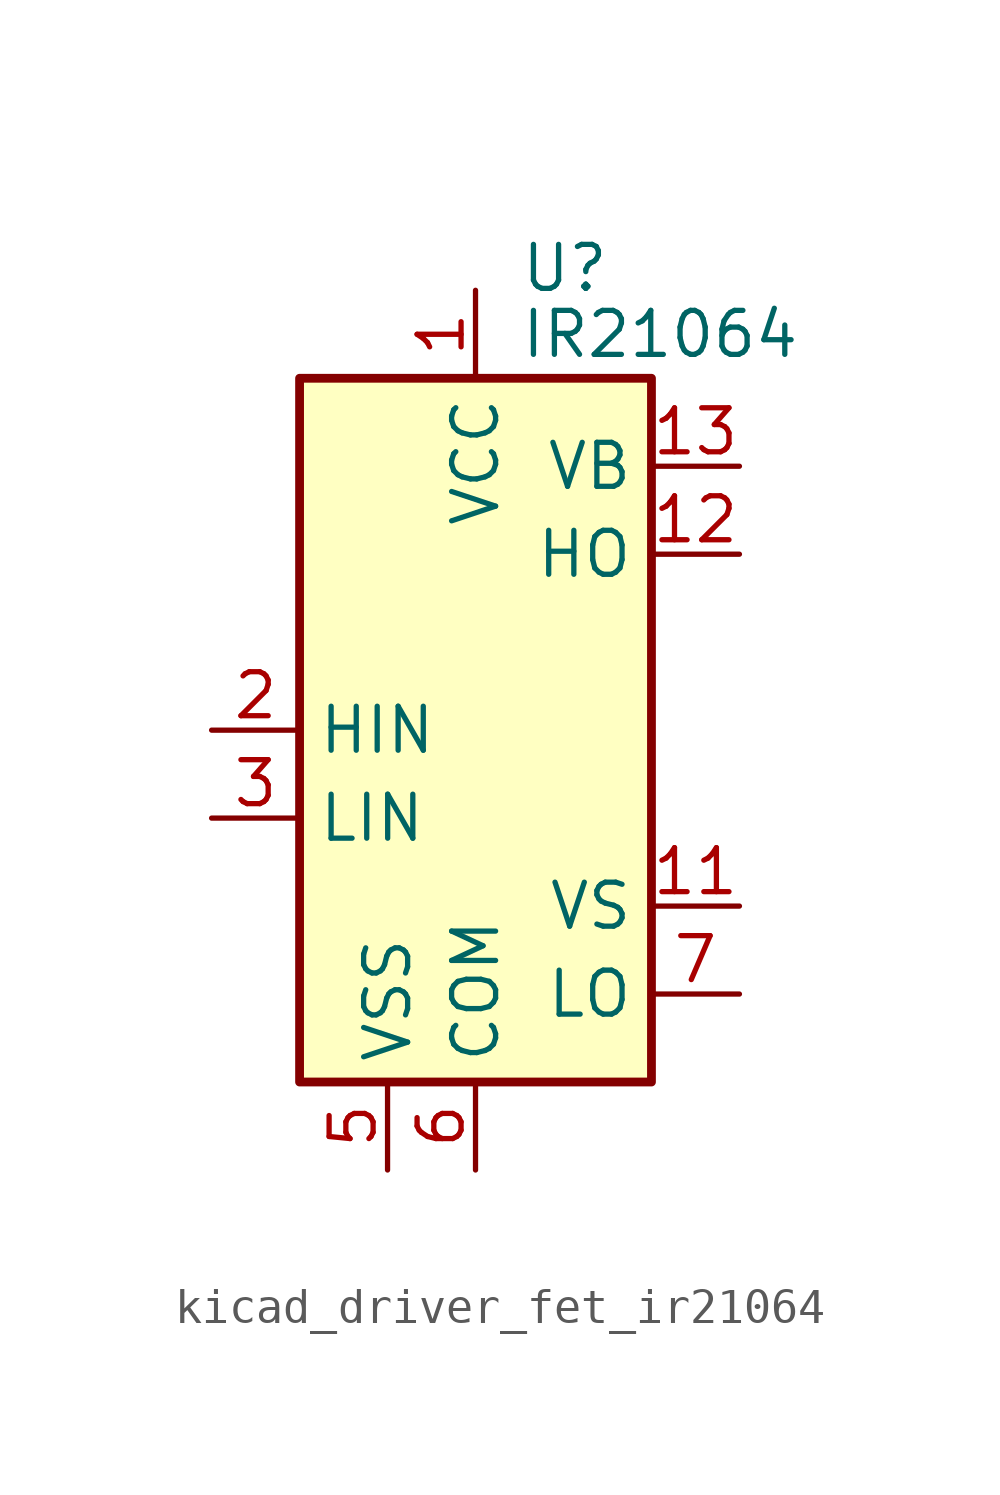
<source format=kicad_sym>
(kicad_symbol_lib
  (version 20220914)
  (generator kicad_symbol_editor)
  (symbol "kicad_driver_fet_ir21064"
    (property "Reference" "U"
      (at 1.27 13.335 0)
      (effects (font (size 1.27 1.27)) (justify left)))
    (property "Value" "IR21064"
      (at 1.27 11.43 0)
      (effects (font (size 1.27 1.27)) (justify left)))
    (symbol "kicad_driver_fet_ir21064_0_1"
      (rectangle (start -5.08 -10.16) (end 5.08 10.16) (stroke (width 0.254) (type default)) (fill (type background))))
    (symbol "kicad_driver_fet_ir21064_1_1"
      (pin power_in line (at 0 12.7 270) (length 2.54) (name "VCC" (effects (font (size 1.27 1.27)))) (number "1" (effects (font (size 1.27 1.27)))))
      (pin no_connect line (at 5.08 2.54 180) (length 2.54) hide (name "NC" (effects (font (size 1.27 1.27)))) (number "10" (effects (font (size 1.27 1.27)))))
      (pin passive line (at 7.62 -5.08 180) (length 2.54) (name "VS" (effects (font (size 1.27 1.27)))) (number "11" (effects (font (size 1.27 1.27)))))
      (pin output line (at 7.62 5.08 180) (length 2.54) (name "HO" (effects (font (size 1.27 1.27)))) (number "12" (effects (font (size 1.27 1.27)))))
      (pin passive line (at 7.62 7.62 180) (length 2.54) (name "VB" (effects (font (size 1.27 1.27)))) (number "13" (effects (font (size 1.27 1.27)))))
      (pin no_connect line (at 5.08 0 180) (length 2.54) hide (name "NC" (effects (font (size 1.27 1.27)))) (number "14" (effects (font (size 1.27 1.27)))))
      (pin input line (at -7.62 0 0) (length 2.54) (name "HIN" (effects (font (size 1.27 1.27)))) (number "2" (effects (font (size 1.27 1.27)))))
      (pin input line (at -7.62 -2.54 0) (length 2.54) (name "LIN" (effects (font (size 1.27 1.27)))) (number "3" (effects (font (size 1.27 1.27)))))
      (pin no_connect line (at -5.08 7.62 0) (length 2.54) hide (name "NC" (effects (font (size 1.27 1.27)))) (number "4" (effects (font (size 1.27 1.27)))))
      (pin power_in line (at -2.54 -12.7 90) (length 2.54) (name "VSS" (effects (font (size 1.27 1.27)))) (number "5" (effects (font (size 1.27 1.27)))))
      (pin power_in line (at 0 -12.7 90) (length 2.54) (name "COM" (effects (font (size 1.27 1.27)))) (number "6" (effects (font (size 1.27 1.27)))))
      (pin output line (at 7.62 -7.62 180) (length 2.54) (name "LO" (effects (font (size 1.27 1.27)))) (number "7" (effects (font (size 1.27 1.27)))))
      (pin no_connect line (at -5.08 5.08 0) (length 2.54) hide (name "NC" (effects (font (size 1.27 1.27)))) (number "8" (effects (font (size 1.27 1.27)))))
      (pin no_connect line (at -5.08 2.54 0) (length 2.54) hide (name "NC" (effects (font (size 1.27 1.27)))) (number "9" (effects (font (size 1.27 1.27))))))))
</source>
